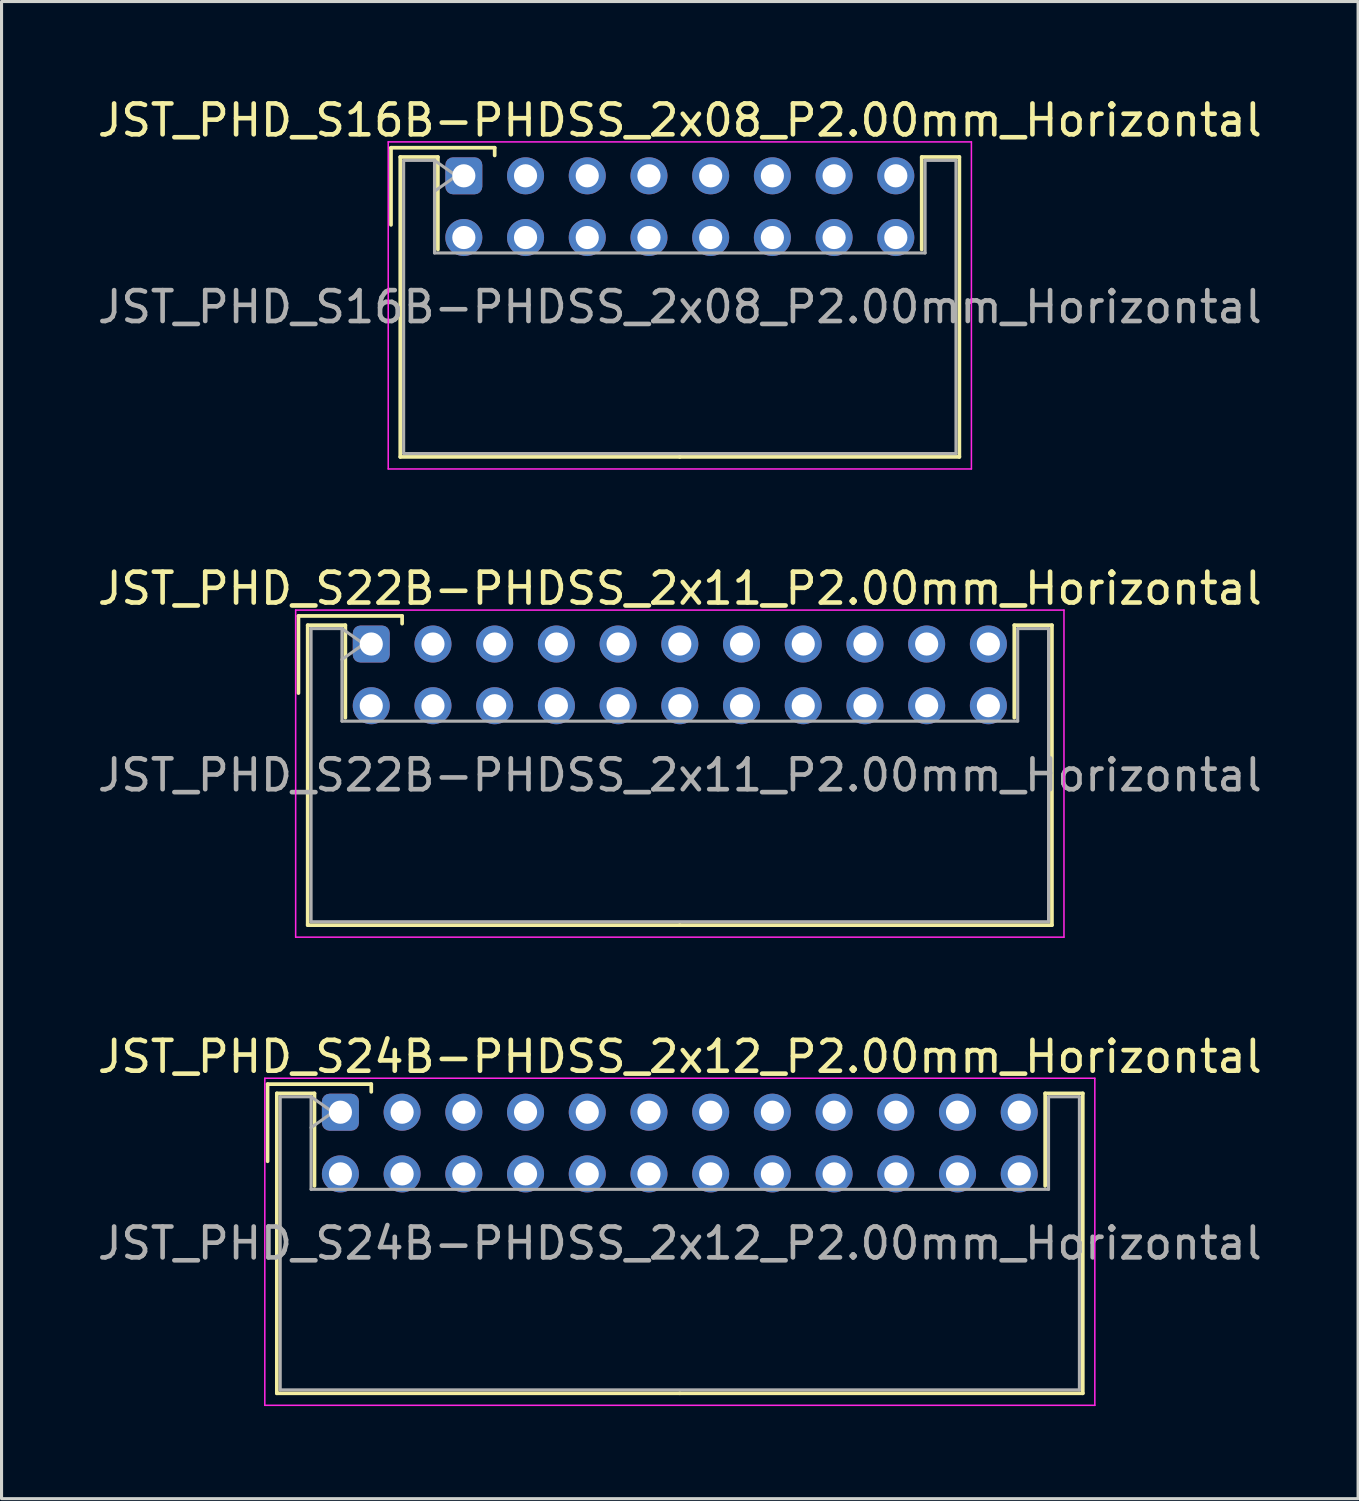
<source format=kicad_pcb>
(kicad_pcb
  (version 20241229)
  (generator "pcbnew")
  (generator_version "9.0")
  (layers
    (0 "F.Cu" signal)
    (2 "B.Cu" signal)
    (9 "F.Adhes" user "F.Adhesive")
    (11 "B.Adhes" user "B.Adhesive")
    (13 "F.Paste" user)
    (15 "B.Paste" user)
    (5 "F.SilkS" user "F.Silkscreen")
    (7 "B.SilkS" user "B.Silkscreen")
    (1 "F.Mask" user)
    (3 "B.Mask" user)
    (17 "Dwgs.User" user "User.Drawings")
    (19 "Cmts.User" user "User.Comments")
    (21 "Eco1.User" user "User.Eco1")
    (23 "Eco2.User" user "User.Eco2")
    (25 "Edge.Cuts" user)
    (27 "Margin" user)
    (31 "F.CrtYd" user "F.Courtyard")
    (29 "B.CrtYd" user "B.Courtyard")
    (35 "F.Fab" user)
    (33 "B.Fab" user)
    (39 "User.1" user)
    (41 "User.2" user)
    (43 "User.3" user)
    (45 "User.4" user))
  (footprint "JST_PHD_S24B-PHDSS_2x12_P2.00mm_Horizontal"
    (layer "F.Cu")
    (at 7.982 32.995)
    (property "Reference" "JST_PHD_S24B-PHDSS_2x12_P2.00mm_Horizontal" (at 11 -1.8 0) (layer "F.SilkS") (effects (font (size 1 1) (thickness 0.15))))
    (attr through_hole)
    (fp_line (start -2.36 -0.91) (end -2.36 1.59) (stroke (width 0.12) (type solid)) (layer "F.SilkS"))
    (fp_line (start -2.06 -0.61) (end -2.06 9.11) (stroke (width 0.12) (type solid)) (layer "F.SilkS"))
    (fp_line (start -2.06 9.11) (end 11 9.11) (stroke (width 0.12) (type solid)) (layer "F.SilkS"))
    (fp_line (start -0.84 -0.61) (end -2.06 -0.61) (stroke (width 0.12) (type solid)) (layer "F.SilkS"))
    (fp_line (start -0.84 2.39) (end -0.84 -0.61) (stroke (width 0.12) (type solid)) (layer "F.SilkS"))
    (fp_line (start 1 -0.91) (end -2.36 -0.91) (stroke (width 0.12) (type solid)) (layer "F.SilkS"))
    (fp_line (start 1 -0.66) (end 1 -0.91) (stroke (width 0.12) (type solid)) (layer "F.SilkS"))
    (fp_line (start 22.84 -0.61) (end 24.06 -0.61) (stroke (width 0.12) (type solid)) (layer "F.SilkS"))
    (fp_line (start 22.84 2.39) (end 22.84 -0.61) (stroke (width 0.12) (type solid)) (layer "F.SilkS"))
    (fp_line (start 24.06 -0.61) (end 24.06 9.11) (stroke (width 0.12) (type solid)) (layer "F.SilkS"))
    (fp_line (start 24.06 9.11) (end 11 9.11) (stroke (width 0.12) (type solid)) (layer "F.SilkS"))
    (fp_line (start -2.45 -1.1) (end -2.45 9.5) (stroke (width 0.05) (type solid)) (layer "F.CrtYd"))
    (fp_line (start -2.45 9.5) (end 24.45 9.5) (stroke (width 0.05) (type solid)) (layer "F.CrtYd"))
    (fp_line (start 24.45 -1.1) (end -2.45 -1.1) (stroke (width 0.05) (type solid)) (layer "F.CrtYd"))
    (fp_line (start 24.45 9.5) (end 24.45 -1.1) (stroke (width 0.05) (type solid)) (layer "F.CrtYd"))
    (fp_line (start -1.95 -0.5) (end -0.95 -0.5) (stroke (width 0.1) (type solid)) (layer "F.Fab"))
    (fp_line (start -1.95 9) (end -1.95 -0.5) (stroke (width 0.1) (type solid)) (layer "F.Fab"))
    (fp_line (start -0.95 -0.5) (end -0.95 2.5) (stroke (width 0.1) (type solid)) (layer "F.Fab"))
    (fp_line (start -0.95 -0.5) (end -0.243 0) (stroke (width 0.1) (type solid)) (layer "F.Fab"))
    (fp_line (start -0.95 2.5) (end 22.95 2.5) (stroke (width 0.1) (type solid)) (layer "F.Fab"))
    (fp_line (start -0.243 0) (end -0.95 0.5) (stroke (width 0.1) (type solid)) (layer "F.Fab"))
    (fp_line (start 22.95 -0.5) (end 23.95 -0.5) (stroke (width 0.1) (type solid)) (layer "F.Fab"))
    (fp_line (start 22.95 2.5) (end 22.95 -0.5) (stroke (width 0.1) (type solid)) (layer "F.Fab"))
    (fp_line (start 23.95 -0.5) (end 23.95 9) (stroke (width 0.1) (type solid)) (layer "F.Fab"))
    (fp_line (start 23.95 9) (end -1.95 9) (stroke (width 0.1) (type solid)) (layer "F.Fab"))
    (fp_text user "${REFERENCE}" (at 11 4.25 0) (layer "F.Fab") (effects (font (size 1 1) (thickness 0.15))))
    (pad "1" thru_hole roundrect (at 0 0) (size 1.2 1.2) (drill 0.75) (layers "*.Cu" "*.Mask") (roundrect_rratio 0.208))
    (pad "2" thru_hole circle (at 0 2) (size 1.2 1.2) (drill 0.75) (layers "*.Cu" "*.Mask"))
    (pad "3" thru_hole circle (at 2 0) (size 1.2 1.2) (drill 0.75) (layers "*.Cu" "*.Mask"))
    (pad "4" thru_hole circle (at 2 2) (size 1.2 1.2) (drill 0.75) (layers "*.Cu" "*.Mask"))
    (pad "5" thru_hole circle (at 4 0) (size 1.2 1.2) (drill 0.75) (layers "*.Cu" "*.Mask"))
    (pad "6" thru_hole circle (at 4 2) (size 1.2 1.2) (drill 0.75) (layers "*.Cu" "*.Mask"))
    (pad "7" thru_hole circle (at 6 0) (size 1.2 1.2) (drill 0.75) (layers "*.Cu" "*.Mask"))
    (pad "8" thru_hole circle (at 6 2) (size 1.2 1.2) (drill 0.75) (layers "*.Cu" "*.Mask"))
    (pad "9" thru_hole circle (at 8 0) (size 1.2 1.2) (drill 0.75) (layers "*.Cu" "*.Mask"))
    (pad "10" thru_hole circle (at 8 2) (size 1.2 1.2) (drill 0.75) (layers "*.Cu" "*.Mask"))
    (pad "11" thru_hole circle (at 10 0) (size 1.2 1.2) (drill 0.75) (layers "*.Cu" "*.Mask"))
    (pad "12" thru_hole circle (at 10 2) (size 1.2 1.2) (drill 0.75) (layers "*.Cu" "*.Mask"))
    (pad "13" thru_hole circle (at 12 0) (size 1.2 1.2) (drill 0.75) (layers "*.Cu" "*.Mask"))
    (pad "14" thru_hole circle (at 12 2) (size 1.2 1.2) (drill 0.75) (layers "*.Cu" "*.Mask"))
    (pad "15" thru_hole circle (at 14 0) (size 1.2 1.2) (drill 0.75) (layers "*.Cu" "*.Mask"))
    (pad "16" thru_hole circle (at 14 2) (size 1.2 1.2) (drill 0.75) (layers "*.Cu" "*.Mask"))
    (pad "17" thru_hole circle (at 16 0) (size 1.2 1.2) (drill 0.75) (layers "*.Cu" "*.Mask"))
    (pad "18" thru_hole circle (at 16 2) (size 1.2 1.2) (drill 0.75) (layers "*.Cu" "*.Mask"))
    (pad "19" thru_hole circle (at 18 0) (size 1.2 1.2) (drill 0.75) (layers "*.Cu" "*.Mask"))
    (pad "20" thru_hole circle (at 18 2) (size 1.2 1.2) (drill 0.75) (layers "*.Cu" "*.Mask"))
    (pad "21" thru_hole circle (at 20 0) (size 1.2 1.2) (drill 0.75) (layers "*.Cu" "*.Mask"))
    (pad "22" thru_hole circle (at 20 2) (size 1.2 1.2) (drill 0.75) (layers "*.Cu" "*.Mask"))
    (pad "23" thru_hole circle (at 22 0) (size 1.2 1.2) (drill 0.75) (layers "*.Cu" "*.Mask"))
    (pad "24" thru_hole circle (at 22 2) (size 1.2 1.2) (drill 0.75) (layers "*.Cu" "*.Mask")))
  (footprint "JST_PHD_S22B-PHDSS_2x11_P2.00mm_Horizontal"
    (layer "F.Cu")
    (at 8.982 17.822)
    (property "Reference" "JST_PHD_S22B-PHDSS_2x11_P2.00mm_Horizontal" (at 10 -1.8 0) (layer "F.SilkS") (effects (font (size 1 1) (thickness 0.15))))
    (attr through_hole)
    (fp_line (start -2.36 -0.91) (end -2.36 1.59) (stroke (width 0.12) (type solid)) (layer "F.SilkS"))
    (fp_line (start -2.06 -0.61) (end -2.06 9.11) (stroke (width 0.12) (type solid)) (layer "F.SilkS"))
    (fp_line (start -2.06 9.11) (end 10 9.11) (stroke (width 0.12) (type solid)) (layer "F.SilkS"))
    (fp_line (start -0.84 -0.61) (end -2.06 -0.61) (stroke (width 0.12) (type solid)) (layer "F.SilkS"))
    (fp_line (start -0.84 2.39) (end -0.84 -0.61) (stroke (width 0.12) (type solid)) (layer "F.SilkS"))
    (fp_line (start 1 -0.91) (end -2.36 -0.91) (stroke (width 0.12) (type solid)) (layer "F.SilkS"))
    (fp_line (start 1 -0.66) (end 1 -0.91) (stroke (width 0.12) (type solid)) (layer "F.SilkS"))
    (fp_line (start 20.84 -0.61) (end 22.06 -0.61) (stroke (width 0.12) (type solid)) (layer "F.SilkS"))
    (fp_line (start 20.84 2.39) (end 20.84 -0.61) (stroke (width 0.12) (type solid)) (layer "F.SilkS"))
    (fp_line (start 22.06 -0.61) (end 22.06 9.11) (stroke (width 0.12) (type solid)) (layer "F.SilkS"))
    (fp_line (start 22.06 9.11) (end 10 9.11) (stroke (width 0.12) (type solid)) (layer "F.SilkS"))
    (fp_line (start -2.45 -1.1) (end -2.45 9.5) (stroke (width 0.05) (type solid)) (layer "F.CrtYd"))
    (fp_line (start -2.45 9.5) (end 22.45 9.5) (stroke (width 0.05) (type solid)) (layer "F.CrtYd"))
    (fp_line (start 22.45 -1.1) (end -2.45 -1.1) (stroke (width 0.05) (type solid)) (layer "F.CrtYd"))
    (fp_line (start 22.45 9.5) (end 22.45 -1.1) (stroke (width 0.05) (type solid)) (layer "F.CrtYd"))
    (fp_line (start -1.95 -0.5) (end -0.95 -0.5) (stroke (width 0.1) (type solid)) (layer "F.Fab"))
    (fp_line (start -1.95 9) (end -1.95 -0.5) (stroke (width 0.1) (type solid)) (layer "F.Fab"))
    (fp_line (start -0.95 -0.5) (end -0.95 2.5) (stroke (width 0.1) (type solid)) (layer "F.Fab"))
    (fp_line (start -0.95 -0.5) (end -0.243 0) (stroke (width 0.1) (type solid)) (layer "F.Fab"))
    (fp_line (start -0.95 2.5) (end 20.95 2.5) (stroke (width 0.1) (type solid)) (layer "F.Fab"))
    (fp_line (start -0.243 0) (end -0.95 0.5) (stroke (width 0.1) (type solid)) (layer "F.Fab"))
    (fp_line (start 20.95 -0.5) (end 21.95 -0.5) (stroke (width 0.1) (type solid)) (layer "F.Fab"))
    (fp_line (start 20.95 2.5) (end 20.95 -0.5) (stroke (width 0.1) (type solid)) (layer "F.Fab"))
    (fp_line (start 21.95 -0.5) (end 21.95 9) (stroke (width 0.1) (type solid)) (layer "F.Fab"))
    (fp_line (start 21.95 9) (end -1.95 9) (stroke (width 0.1) (type solid)) (layer "F.Fab"))
    (fp_text user "${REFERENCE}" (at 10 4.25 0) (layer "F.Fab") (effects (font (size 1 1) (thickness 0.15))))
    (pad "1" thru_hole roundrect (at 0 0) (size 1.2 1.2) (drill 0.75) (layers "*.Cu" "*.Mask") (roundrect_rratio 0.208))
    (pad "2" thru_hole circle (at 0 2) (size 1.2 1.2) (drill 0.75) (layers "*.Cu" "*.Mask"))
    (pad "3" thru_hole circle (at 2 0) (size 1.2 1.2) (drill 0.75) (layers "*.Cu" "*.Mask"))
    (pad "4" thru_hole circle (at 2 2) (size 1.2 1.2) (drill 0.75) (layers "*.Cu" "*.Mask"))
    (pad "5" thru_hole circle (at 4 0) (size 1.2 1.2) (drill 0.75) (layers "*.Cu" "*.Mask"))
    (pad "6" thru_hole circle (at 4 2) (size 1.2 1.2) (drill 0.75) (layers "*.Cu" "*.Mask"))
    (pad "7" thru_hole circle (at 6 0) (size 1.2 1.2) (drill 0.75) (layers "*.Cu" "*.Mask"))
    (pad "8" thru_hole circle (at 6 2) (size 1.2 1.2) (drill 0.75) (layers "*.Cu" "*.Mask"))
    (pad "9" thru_hole circle (at 8 0) (size 1.2 1.2) (drill 0.75) (layers "*.Cu" "*.Mask"))
    (pad "10" thru_hole circle (at 8 2) (size 1.2 1.2) (drill 0.75) (layers "*.Cu" "*.Mask"))
    (pad "11" thru_hole circle (at 10 0) (size 1.2 1.2) (drill 0.75) (layers "*.Cu" "*.Mask"))
    (pad "12" thru_hole circle (at 10 2) (size 1.2 1.2) (drill 0.75) (layers "*.Cu" "*.Mask"))
    (pad "13" thru_hole circle (at 12 0) (size 1.2 1.2) (drill 0.75) (layers "*.Cu" "*.Mask"))
    (pad "14" thru_hole circle (at 12 2) (size 1.2 1.2) (drill 0.75) (layers "*.Cu" "*.Mask"))
    (pad "15" thru_hole circle (at 14 0) (size 1.2 1.2) (drill 0.75) (layers "*.Cu" "*.Mask"))
    (pad "16" thru_hole circle (at 14 2) (size 1.2 1.2) (drill 0.75) (layers "*.Cu" "*.Mask"))
    (pad "17" thru_hole circle (at 16 0) (size 1.2 1.2) (drill 0.75) (layers "*.Cu" "*.Mask"))
    (pad "18" thru_hole circle (at 16 2) (size 1.2 1.2) (drill 0.75) (layers "*.Cu" "*.Mask"))
    (pad "19" thru_hole circle (at 18 0) (size 1.2 1.2) (drill 0.75) (layers "*.Cu" "*.Mask"))
    (pad "20" thru_hole circle (at 18 2) (size 1.2 1.2) (drill 0.75) (layers "*.Cu" "*.Mask"))
    (pad "21" thru_hole circle (at 20 0) (size 1.2 1.2) (drill 0.75) (layers "*.Cu" "*.Mask"))
    (pad "22" thru_hole circle (at 20 2) (size 1.2 1.2) (drill 0.75) (layers "*.Cu" "*.Mask")))
  (footprint "JST_PHD_S16B-PHDSS_2x08_P2.00mm_Horizontal"
    (layer "F.Cu")
    (at 11.982 2.648)
    (property "Reference" "JST_PHD_S16B-PHDSS_2x08_P2.00mm_Horizontal" (at 7 -1.8 0) (layer "F.SilkS") (effects (font (size 1 1) (thickness 0.15))))
    (attr through_hole)
    (fp_line (start -2.36 -0.91) (end -2.36 1.59) (stroke (width 0.12) (type solid)) (layer "F.SilkS"))
    (fp_line (start -2.06 -0.61) (end -2.06 9.11) (stroke (width 0.12) (type solid)) (layer "F.SilkS"))
    (fp_line (start -2.06 9.11) (end 7 9.11) (stroke (width 0.12) (type solid)) (layer "F.SilkS"))
    (fp_line (start -0.84 -0.61) (end -2.06 -0.61) (stroke (width 0.12) (type solid)) (layer "F.SilkS"))
    (fp_line (start -0.84 2.39) (end -0.84 -0.61) (stroke (width 0.12) (type solid)) (layer "F.SilkS"))
    (fp_line (start 1 -0.91) (end -2.36 -0.91) (stroke (width 0.12) (type solid)) (layer "F.SilkS"))
    (fp_line (start 1 -0.66) (end 1 -0.91) (stroke (width 0.12) (type solid)) (layer "F.SilkS"))
    (fp_line (start 14.84 -0.61) (end 16.06 -0.61) (stroke (width 0.12) (type solid)) (layer "F.SilkS"))
    (fp_line (start 14.84 2.39) (end 14.84 -0.61) (stroke (width 0.12) (type solid)) (layer "F.SilkS"))
    (fp_line (start 16.06 -0.61) (end 16.06 9.11) (stroke (width 0.12) (type solid)) (layer "F.SilkS"))
    (fp_line (start 16.06 9.11) (end 7 9.11) (stroke (width 0.12) (type solid)) (layer "F.SilkS"))
    (fp_line (start -2.45 -1.1) (end -2.45 9.5) (stroke (width 0.05) (type solid)) (layer "F.CrtYd"))
    (fp_line (start -2.45 9.5) (end 16.45 9.5) (stroke (width 0.05) (type solid)) (layer "F.CrtYd"))
    (fp_line (start 16.45 -1.1) (end -2.45 -1.1) (stroke (width 0.05) (type solid)) (layer "F.CrtYd"))
    (fp_line (start 16.45 9.5) (end 16.45 -1.1) (stroke (width 0.05) (type solid)) (layer "F.CrtYd"))
    (fp_line (start -1.95 -0.5) (end -0.95 -0.5) (stroke (width 0.1) (type solid)) (layer "F.Fab"))
    (fp_line (start -1.95 9) (end -1.95 -0.5) (stroke (width 0.1) (type solid)) (layer "F.Fab"))
    (fp_line (start -0.95 -0.5) (end -0.95 2.5) (stroke (width 0.1) (type solid)) (layer "F.Fab"))
    (fp_line (start -0.95 -0.5) (end -0.243 0) (stroke (width 0.1) (type solid)) (layer "F.Fab"))
    (fp_line (start -0.95 2.5) (end 14.95 2.5) (stroke (width 0.1) (type solid)) (layer "F.Fab"))
    (fp_line (start -0.243 0) (end -0.95 0.5) (stroke (width 0.1) (type solid)) (layer "F.Fab"))
    (fp_line (start 14.95 -0.5) (end 15.95 -0.5) (stroke (width 0.1) (type solid)) (layer "F.Fab"))
    (fp_line (start 14.95 2.5) (end 14.95 -0.5) (stroke (width 0.1) (type solid)) (layer "F.Fab"))
    (fp_line (start 15.95 -0.5) (end 15.95 9) (stroke (width 0.1) (type solid)) (layer "F.Fab"))
    (fp_line (start 15.95 9) (end -1.95 9) (stroke (width 0.1) (type solid)) (layer "F.Fab"))
    (fp_text user "${REFERENCE}" (at 7 4.25 0) (layer "F.Fab") (effects (font (size 1 1) (thickness 0.15))))
    (pad "1" thru_hole roundrect (at 0 0) (size 1.2 1.2) (drill 0.75) (layers "*.Cu" "*.Mask") (roundrect_rratio 0.208))
    (pad "2" thru_hole circle (at 0 2) (size 1.2 1.2) (drill 0.75) (layers "*.Cu" "*.Mask"))
    (pad "3" thru_hole circle (at 2 0) (size 1.2 1.2) (drill 0.75) (layers "*.Cu" "*.Mask"))
    (pad "4" thru_hole circle (at 2 2) (size 1.2 1.2) (drill 0.75) (layers "*.Cu" "*.Mask"))
    (pad "5" thru_hole circle (at 4 0) (size 1.2 1.2) (drill 0.75) (layers "*.Cu" "*.Mask"))
    (pad "6" thru_hole circle (at 4 2) (size 1.2 1.2) (drill 0.75) (layers "*.Cu" "*.Mask"))
    (pad "7" thru_hole circle (at 6 0) (size 1.2 1.2) (drill 0.75) (layers "*.Cu" "*.Mask"))
    (pad "8" thru_hole circle (at 6 2) (size 1.2 1.2) (drill 0.75) (layers "*.Cu" "*.Mask"))
    (pad "9" thru_hole circle (at 8 0) (size 1.2 1.2) (drill 0.75) (layers "*.Cu" "*.Mask"))
    (pad "10" thru_hole circle (at 8 2) (size 1.2 1.2) (drill 0.75) (layers "*.Cu" "*.Mask"))
    (pad "11" thru_hole circle (at 10 0) (size 1.2 1.2) (drill 0.75) (layers "*.Cu" "*.Mask"))
    (pad "12" thru_hole circle (at 10 2) (size 1.2 1.2) (drill 0.75) (layers "*.Cu" "*.Mask"))
    (pad "13" thru_hole circle (at 12 0) (size 1.2 1.2) (drill 0.75) (layers "*.Cu" "*.Mask"))
    (pad "14" thru_hole circle (at 12 2) (size 1.2 1.2) (drill 0.75) (layers "*.Cu" "*.Mask"))
    (pad "15" thru_hole circle (at 14 0) (size 1.2 1.2) (drill 0.75) (layers "*.Cu" "*.Mask"))
    (pad "16" thru_hole circle (at 14 2) (size 1.2 1.2) (drill 0.75) (layers "*.Cu" "*.Mask")))
  (gr_rect
    (start -3 -3)
    (end 40.964 45.52)
    (stroke (width 0.1) (type default))
    (fill no)
    (layer "Edge.Cuts")))
</source>
